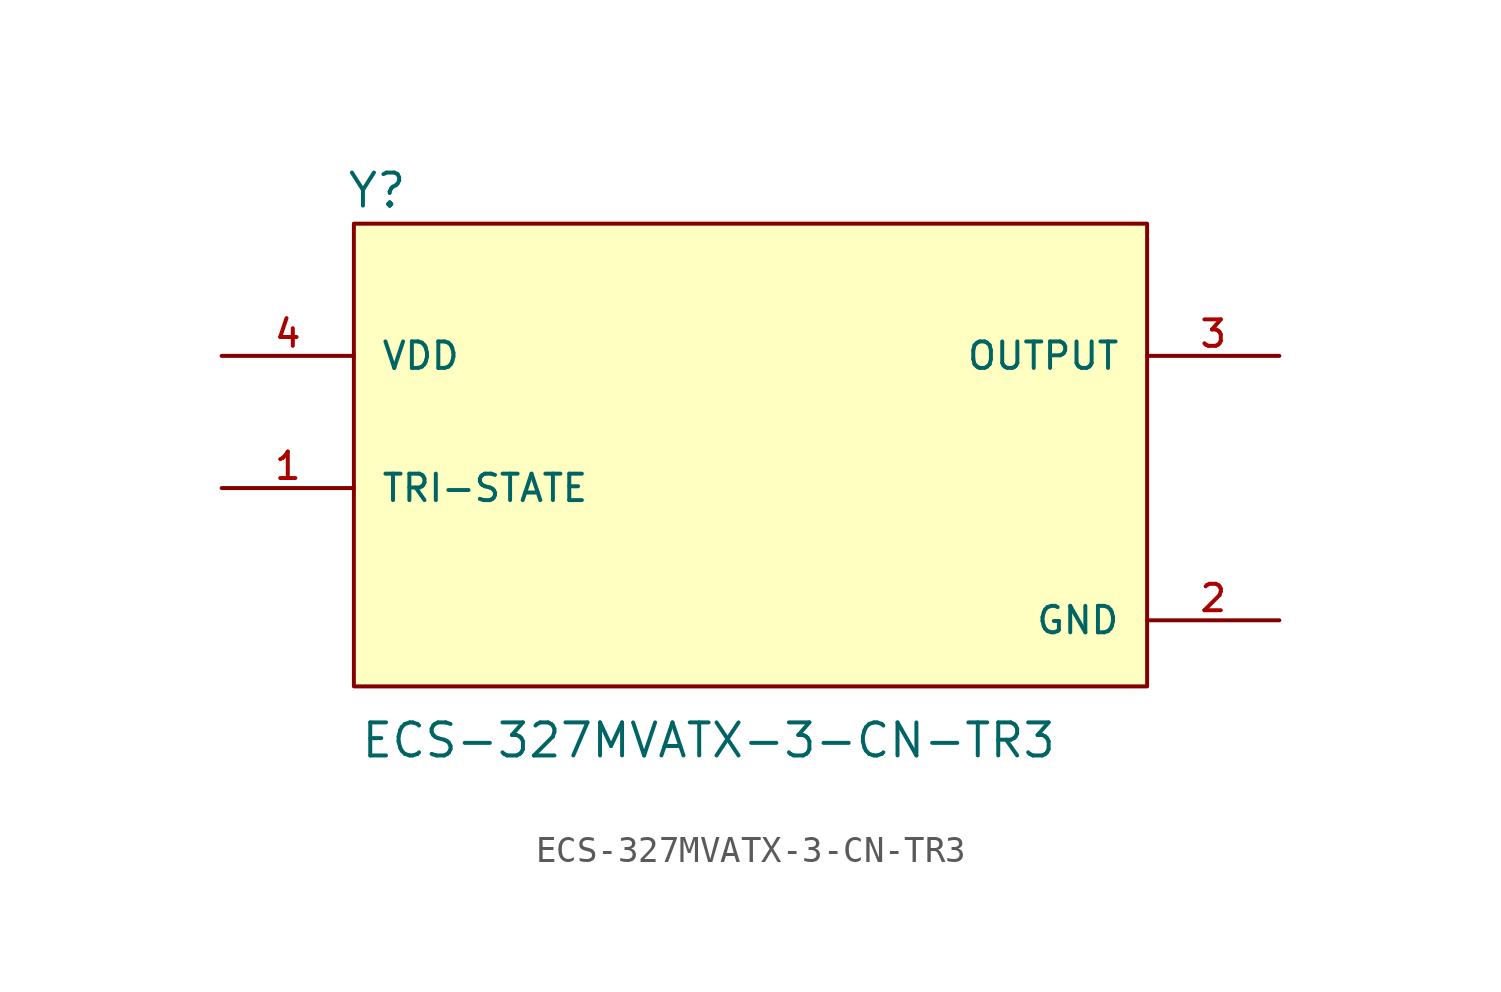
<source format=kicad_sym>
(kicad_symbol_lib
  (version 20241209)
  (generator "kicad_symbol_editor")
  (generator_version "9.0")
  (symbol "ECS-327MVATX-3-CN-TR3"
    (pin_names
      (offset 1.016))
    (property "Reference" "Y"
      (at -15.536 8.15 0)
      (effects (font (size 1.27 1.27)) (justify left bottom)))
    (property "Value" "ECS-327MVATX-3-CN-TR3"
      (at -15.013 -12.977 0)
      (effects (font (size 1.27 1.27)) (justify left bottom)))
    (symbol "ECS-327MVATX-3-CN-TR3_0_0"
      (rectangle (start -15.24 -10.16) (end 15.24 7.62) (stroke (width 0.152) (type default)) (fill (type background)))
      (pin input line (at -20.32 2.54 0) (length 5.08) (name "VDD" (effects (font (size 1.016 1.016)))) (number "4" (effects (font (size 1.016 1.016)))))
      (pin input line (at -20.32 -2.54 0) (length 5.08) (name "TRI-STATE" (effects (font (size 1.016 1.016)))) (number "1" (effects (font (size 1.016 1.016)))))
      (pin output line (at 20.32 2.54 180) (length 5.08) (name "OUTPUT" (effects (font (size 1.016 1.016)))) (number "3" (effects (font (size 1.016 1.016)))))
      (pin power_in line (at 20.32 -7.62 180) (length 5.08) (name "GND" (effects (font (size 1.016 1.016)))) (number "2" (effects (font (size 1.016 1.016))))))))
</source>
